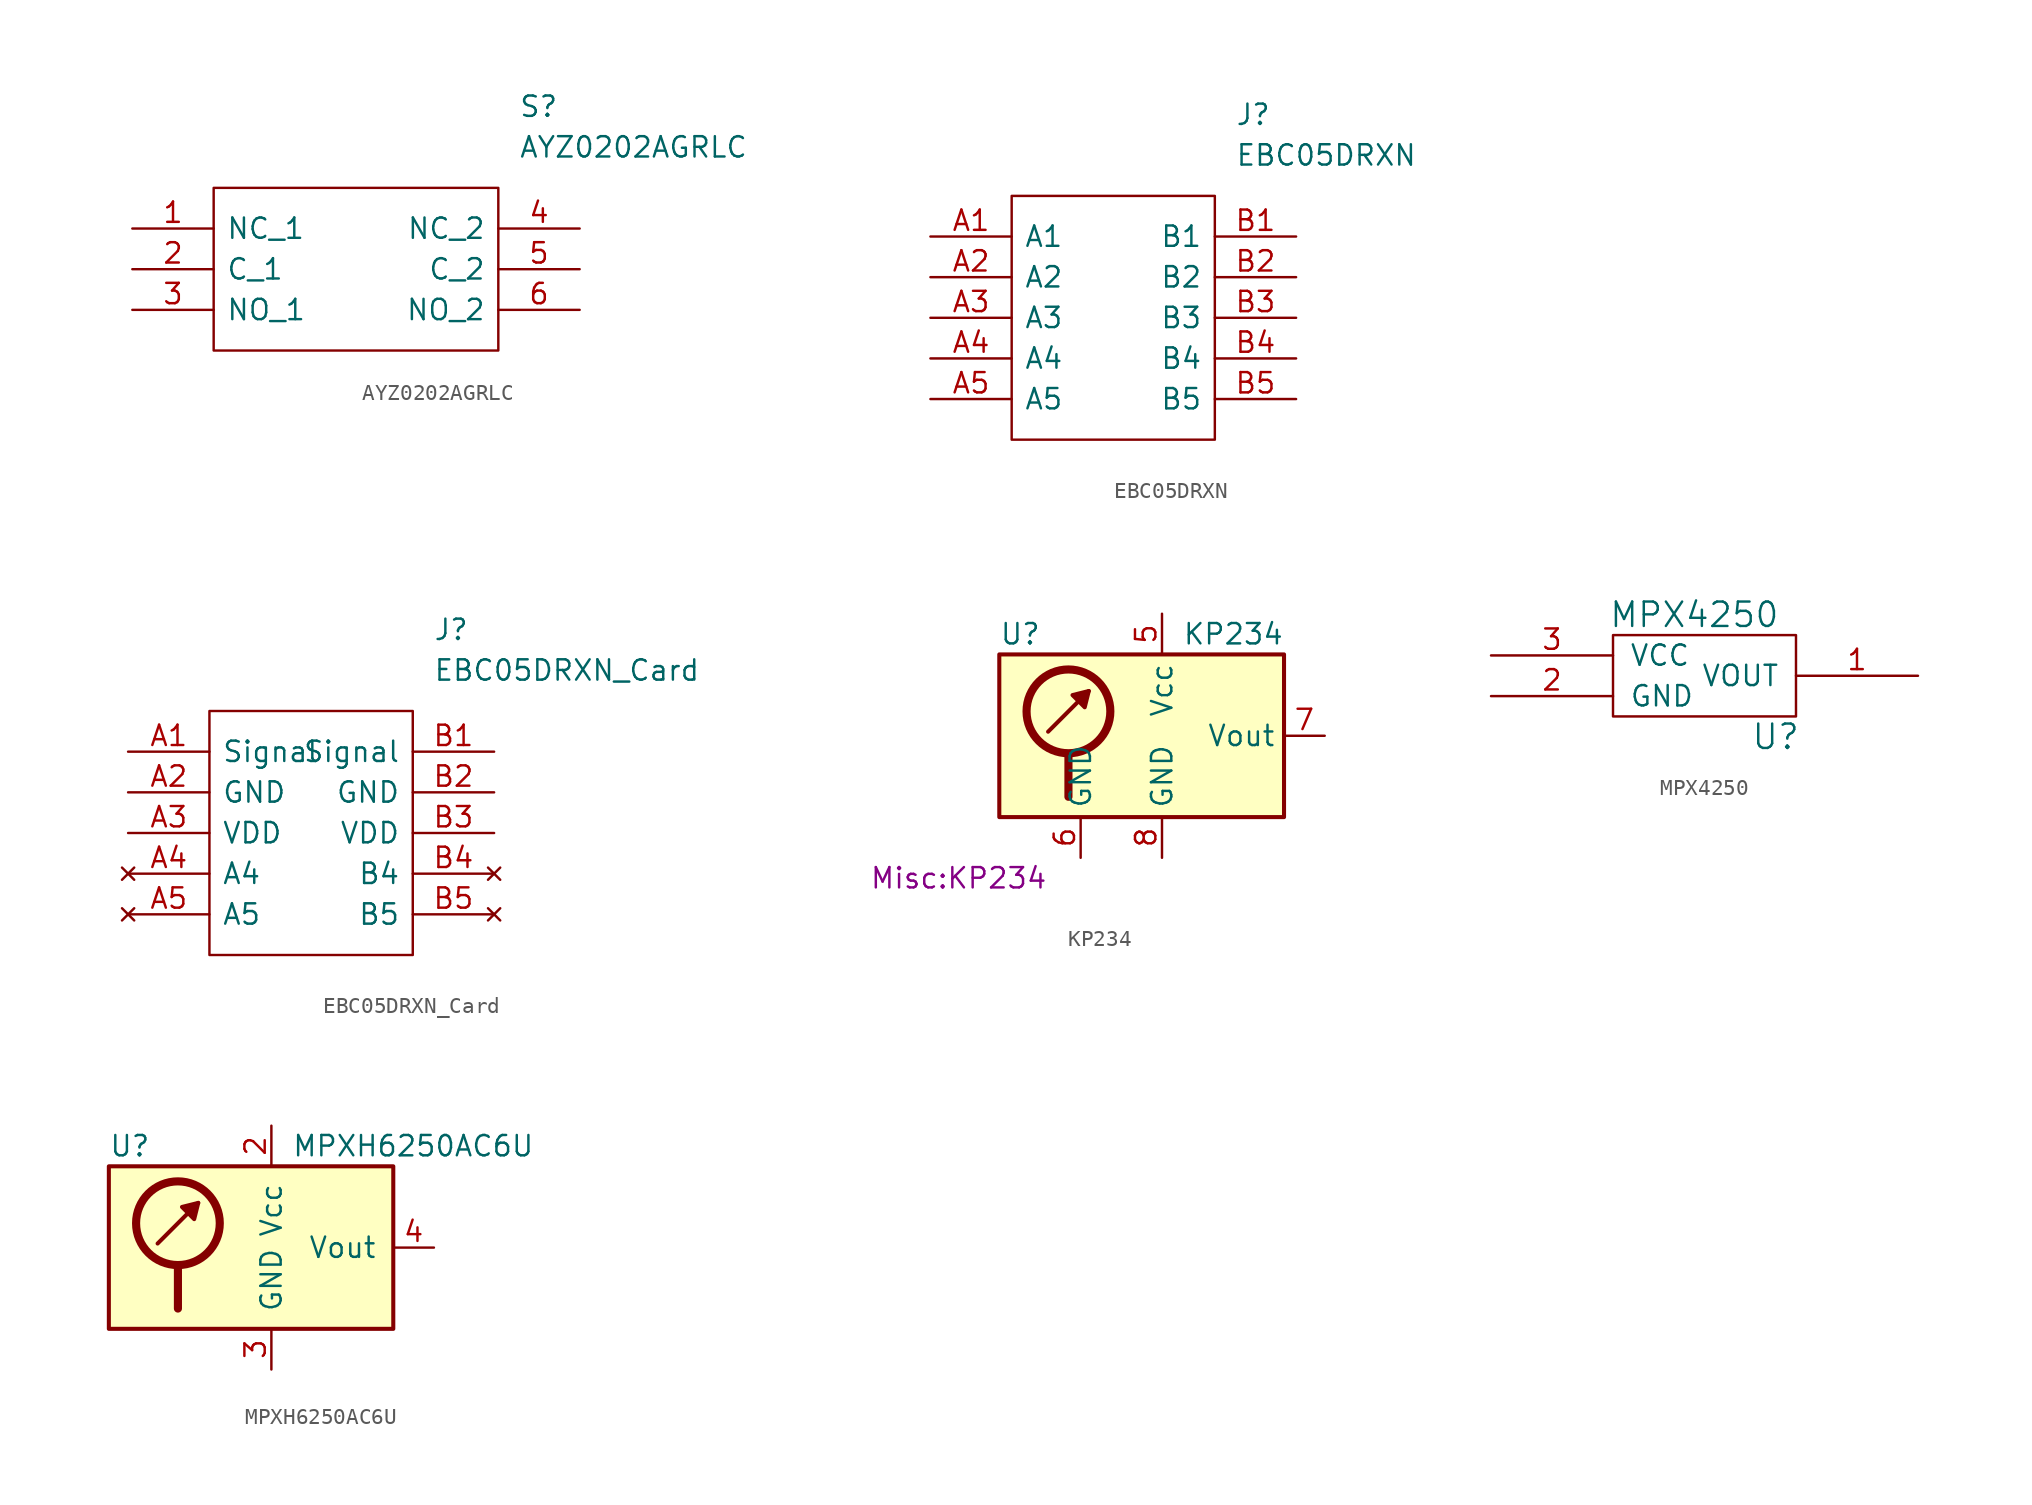
<source format=kicad_sym>
(kicad_symbol_lib
  (version 20241209)
  (generator "kicad_symbol_editor")
  (generator_version "9.0")
  (symbol "AYZ0202AGRLC"
    (pin_names
      (offset 0.762))
    (property "Reference" "S"
      (at 24.13 7.62 0)
      (effects (font (size 1.27 1.27)) (justify left)))
    (property "Value" "AYZ0202AGRLC"
      (at 24.13 5.08 0)
      (effects (font (size 1.27 1.27)) (justify left)))
    (symbol "AYZ0202AGRLC_0_0"
      (pin bidirectional line (at 0 0 0) (length 5.08) (name "NC_1" (effects (font (size 1.27 1.27)))) (number "1" (effects (font (size 1.27 1.27)))))
      (pin bidirectional line (at 0 -2.54 0) (length 5.08) (name "C_1" (effects (font (size 1.27 1.27)))) (number "2" (effects (font (size 1.27 1.27)))))
      (pin bidirectional line (at 0 -5.08 0) (length 5.08) (name "NO_1" (effects (font (size 1.27 1.27)))) (number "3" (effects (font (size 1.27 1.27)))))
      (pin bidirectional line (at 27.94 0 180) (length 5.08) (name "NC_2" (effects (font (size 1.27 1.27)))) (number "4" (effects (font (size 1.27 1.27)))))
      (pin bidirectional line (at 27.94 -2.54 180) (length 5.08) (name "C_2" (effects (font (size 1.27 1.27)))) (number "5" (effects (font (size 1.27 1.27)))))
      (pin bidirectional line (at 27.94 -5.08 180) (length 5.08) (name "NO_2" (effects (font (size 1.27 1.27)))) (number "6" (effects (font (size 1.27 1.27))))))
    (symbol "AYZ0202AGRLC_0_1"
      (polyline (pts (xy 5.08 2.54) (xy 22.86 2.54) (xy 22.86 -7.62) (xy 5.08 -7.62) (xy 5.08 2.54)) (stroke (width 0.152) (type solid)) (fill (type none)))))
  (symbol "EBC05DRXN"
    (pin_names
      (offset 0.762))
    (property "Reference" "J"
      (at 19.05 7.62 0)
      (effects (font (size 1.27 1.27)) (justify left)))
    (property "Value" "EBC05DRXN"
      (at 19.05 5.08 0)
      (effects (font (size 1.27 1.27)) (justify left)))
    (symbol "EBC05DRXN_0_0"
      (pin passive line (at 0 0 0) (length 5.08) (name "A1" (effects (font (size 1.27 1.27)))) (number "A1" (effects (font (size 1.27 1.27)))))
      (pin passive line (at 0 -2.54 0) (length 5.08) (name "A2" (effects (font (size 1.27 1.27)))) (number "A2" (effects (font (size 1.27 1.27)))))
      (pin passive line (at 0 -5.08 0) (length 5.08) (name "A3" (effects (font (size 1.27 1.27)))) (number "A3" (effects (font (size 1.27 1.27)))))
      (pin passive line (at 0 -7.62 0) (length 5.08) (name "A4" (effects (font (size 1.27 1.27)))) (number "A4" (effects (font (size 1.27 1.27)))))
      (pin passive line (at 0 -10.16 0) (length 5.08) (name "A5" (effects (font (size 1.27 1.27)))) (number "A5" (effects (font (size 1.27 1.27)))))
      (pin passive line (at 22.86 0 180) (length 5.08) (name "B1" (effects (font (size 1.27 1.27)))) (number "B1" (effects (font (size 1.27 1.27)))))
      (pin passive line (at 22.86 -2.54 180) (length 5.08) (name "B2" (effects (font (size 1.27 1.27)))) (number "B2" (effects (font (size 1.27 1.27)))))
      (pin passive line (at 22.86 -5.08 180) (length 5.08) (name "B3" (effects (font (size 1.27 1.27)))) (number "B3" (effects (font (size 1.27 1.27)))))
      (pin passive line (at 22.86 -7.62 180) (length 5.08) (name "B4" (effects (font (size 1.27 1.27)))) (number "B4" (effects (font (size 1.27 1.27)))))
      (pin passive line (at 22.86 -10.16 180) (length 5.08) (name "B5" (effects (font (size 1.27 1.27)))) (number "B5" (effects (font (size 1.27 1.27))))))
    (symbol "EBC05DRXN_0_1"
      (polyline (pts (xy 5.08 2.54) (xy 17.78 2.54) (xy 17.78 -12.7) (xy 5.08 -12.7) (xy 5.08 2.54)) (stroke (width 0.152) (type solid)) (fill (type none)))))
  (symbol "EBC05DRXN_Card"
    (pin_names
      (offset 0.762))
    (property "Reference" "J"
      (at 19.05 7.62 0)
      (effects (font (size 1.27 1.27)) (justify left)))
    (property "Value" "EBC05DRXN_Card"
      (at 19.05 5.08 0)
      (effects (font (size 1.27 1.27)) (justify left)))
    (symbol "EBC05DRXN_Card_0_0"
      (pin output line (at 0 0 0) (length 5.08) (name "Signal" (effects (font (size 1.27 1.27)))) (number "A1" (effects (font (size 1.27 1.27)))))
      (pin power_in line (at 0 -2.54 0) (length 5.08) (name "GND" (effects (font (size 1.27 1.27)))) (number "A2" (effects (font (size 1.27 1.27)))))
      (pin power_in line (at 0 -5.08 0) (length 5.08) (name "VDD" (effects (font (size 1.27 1.27)))) (number "A3" (effects (font (size 1.27 1.27)))))
      (pin no_connect line (at 0 -7.62 0) (length 5.08) (name "A4" (effects (font (size 1.27 1.27)))) (number "A4" (effects (font (size 1.27 1.27)))))
      (pin no_connect line (at 0 -10.16 0) (length 5.08) (name "A5" (effects (font (size 1.27 1.27)))) (number "A5" (effects (font (size 1.27 1.27)))))
      (pin output line (at 22.86 0 180) (length 5.08) (name "Signal" (effects (font (size 1.27 1.27)))) (number "B1" (effects (font (size 1.27 1.27)))))
      (pin power_in line (at 22.86 -2.54 180) (length 5.08) (name "GND" (effects (font (size 1.27 1.27)))) (number "B2" (effects (font (size 1.27 1.27)))))
      (pin power_in line (at 22.86 -5.08 180) (length 5.08) (name "VDD" (effects (font (size 1.27 1.27)))) (number "B3" (effects (font (size 1.27 1.27)))))
      (pin no_connect line (at 22.86 -7.62 180) (length 5.08) (name "B4" (effects (font (size 1.27 1.27)))) (number "B4" (effects (font (size 1.27 1.27)))))
      (pin no_connect line (at 22.86 -10.16 180) (length 5.08) (name "B5" (effects (font (size 1.27 1.27)))) (number "B5" (effects (font (size 1.27 1.27))))))
    (symbol "EBC05DRXN_Card_0_1"
      (polyline (pts (xy 5.08 2.54) (xy 17.78 2.54) (xy 17.78 -12.7) (xy 5.08 -12.7) (xy 5.08 2.54)) (stroke (width 0.152) (type solid)) (fill (type none)))))
  (symbol "KP234"
    (property "Reference" "U"
      (at -10.16 6.35 0)
      (effects (font (size 1.27 1.27)) (justify left)))
    (property "Value" "KP234"
      (at 1.27 6.35 0)
      (effects (font (size 1.27 1.27)) (justify left)))
    (property "Footprint" "Misc:KP234"
      (at -12.7 -8.89 0)
      (effects (font (size 1.27 1.27))))
    (symbol "KP234_0_1"
      (polyline (pts (xy -7.112 0.254) (xy -4.572 2.794)) (stroke (width 0.254) (type solid)) (fill (type none)))
      (circle (center -5.842 1.524) (radius 2.616) (stroke (width 0.508) (type solid)) (fill (type none)))
      (polyline (pts (xy -5.842 -1.27) (xy -5.842 -3.81)) (stroke (width 0.508) (type solid)) (fill (type none)))
      (polyline (pts (xy -4.572 2.794) (xy -4.826 1.778) (xy -5.588 2.54) (xy -4.572 2.794)) (stroke (width 0.254) (type solid)) (fill (type outline)))
      (rectangle (start 7.62 5.08) (end -10.16 -5.08) (stroke (width 0.254) (type solid)) (fill (type background))))
    (symbol "KP234_1_1"
      (pin no_connect line (at -7.62 -5.08 90) (length 2.54) (hide yes) (name "NC" (effects (font (size 1.27 1.27)))) (number "2" (effects (font (size 1.27 1.27)))))
      (pin power_in line (at -5.08 -7.62 90) (length 2.54) (name "GND" (effects (font (size 1.27 1.27)))) (number "6" (effects (font (size 1.27 1.27)))))
      (pin no_connect line (at -2.54 -5.08 90) (length 2.54) (hide yes) (name "NC" (effects (font (size 1.27 1.27)))) (number "4" (effects (font (size 1.27 1.27)))))
      (pin power_in line (at 0 7.62 270) (length 2.54) (name "Vcc" (effects (font (size 1.27 1.27)))) (number "5" (effects (font (size 1.27 1.27)))))
      (pin power_in line (at 0 -7.62 90) (length 2.54) (name "GND" (effects (font (size 1.27 1.27)))) (number "8" (effects (font (size 1.27 1.27)))))
      (pin no_connect line (at 2.54 -5.08 90) (length 2.54) (hide yes) (name "NC" (effects (font (size 1.27 1.27)))) (number "8" (effects (font (size 1.27 1.27)))))
      (pin no_connect line (at 5.08 -5.08 90) (length 2.54) (hide yes) (name "NC" (effects (font (size 1.27 1.27)))) (number "1" (effects (font (size 1.27 1.27)))))
      (pin output line (at 10.16 0 180) (length 2.54) (name "Vout" (effects (font (size 1.27 1.27)))) (number "7" (effects (font (size 1.27 1.27)))))))
  (symbol "MPX4250"
    (pin_names
      (offset 1.016))
    (property "Reference" "U"
      (at 3.81 -3.81 0)
      (effects (font (size 1.524 1.524))))
    (property "Value" "MPX4250"
      (at -1.27 3.81 0)
      (effects (font (size 1.524 1.524))))
    (property "Footprint" ""
      (at -1.27 0 0)
      (effects (font (size 1.524 1.524))))
    (property "Datasheet" ""
      (at -1.27 0 0)
      (effects (font (size 1.524 1.524))))
    (symbol "MPX4250_0_1"
      (rectangle (start -6.35 2.54) (end 5.08 -2.54) (stroke (width 0) (type solid)) (fill (type none))))
    (symbol "MPX4250_1_1"
      (pin power_in line (at -13.97 1.27 0) (length 7.62) (name "VCC" (effects (font (size 1.27 1.27)))) (number "3" (effects (font (size 1.27 1.27)))))
      (pin power_in line (at -13.97 -1.27 0) (length 7.62) (name "GND" (effects (font (size 1.27 1.27)))) (number "2" (effects (font (size 1.27 1.27)))))
      (pin output line (at 12.7 0 180) (length 7.62) (name "VOUT" (effects (font (size 1.27 1.27)))) (number "1" (effects (font (size 1.27 1.27)))))))
  (symbol "MPXH6250AC6U"
    (pin_names
      (offset 1.016))
    (property "Reference" "U"
      (at -10.16 6.35 0)
      (effects (font (size 1.27 1.27)) (justify left)))
    (property "Value" "MPXH6250AC6U"
      (at 1.27 6.35 0)
      (effects (font (size 1.27 1.27)) (justify left)))
    (symbol "MPXH6250AC6U_0_1"
      (polyline (pts (xy -7.112 0.254) (xy -4.572 2.794)) (stroke (width 0.254) (type solid)) (fill (type none)))
      (circle (center -5.842 1.524) (radius 2.616) (stroke (width 0.508) (type solid)) (fill (type none)))
      (polyline (pts (xy -5.842 -1.27) (xy -5.842 -3.81)) (stroke (width 0.508) (type solid)) (fill (type none)))
      (polyline (pts (xy -4.572 2.794) (xy -4.826 1.778) (xy -5.588 2.54) (xy -4.572 2.794)) (stroke (width 0.254) (type solid)) (fill (type outline)))
      (rectangle (start 7.62 5.08) (end -10.16 -5.08) (stroke (width 0.254) (type solid)) (fill (type background))))
    (symbol "MPXH6250AC6U_1_1"
      (pin no_connect line (at -7.62 -7.62 90) (length 2.54) (hide yes) (name "NC" (effects (font (size 1.27 1.27)))) (number "5" (effects (font (size 1.27 1.27)))))
      (pin no_connect line (at -5.08 -7.62 90) (length 2.54) (hide yes) (name "NC" (effects (font (size 1.27 1.27)))) (number "6" (effects (font (size 1.27 1.27)))))
      (pin no_connect line (at -2.54 -7.62 90) (length 2.54) (hide yes) (name "NC" (effects (font (size 1.27 1.27)))) (number "7" (effects (font (size 1.27 1.27)))))
      (pin power_in line (at 0 7.62 270) (length 2.54) (name "Vcc" (effects (font (size 1.27 1.27)))) (number "2" (effects (font (size 1.27 1.27)))))
      (pin power_in line (at 0 -7.62 90) (length 2.54) (name "GND" (effects (font (size 1.27 1.27)))) (number "3" (effects (font (size 1.27 1.27)))))
      (pin no_connect line (at 2.54 -7.62 90) (length 2.54) (hide yes) (name "NC" (effects (font (size 1.27 1.27)))) (number "8" (effects (font (size 1.27 1.27)))))
      (pin no_connect line (at 5.08 -7.62 90) (length 2.54) (hide yes) (name "NC" (effects (font (size 1.27 1.27)))) (number "1" (effects (font (size 1.27 1.27)))))
      (pin output line (at 10.16 0 180) (length 2.54) (name "Vout" (effects (font (size 1.27 1.27)))) (number "4" (effects (font (size 1.27 1.27))))))))
</source>
